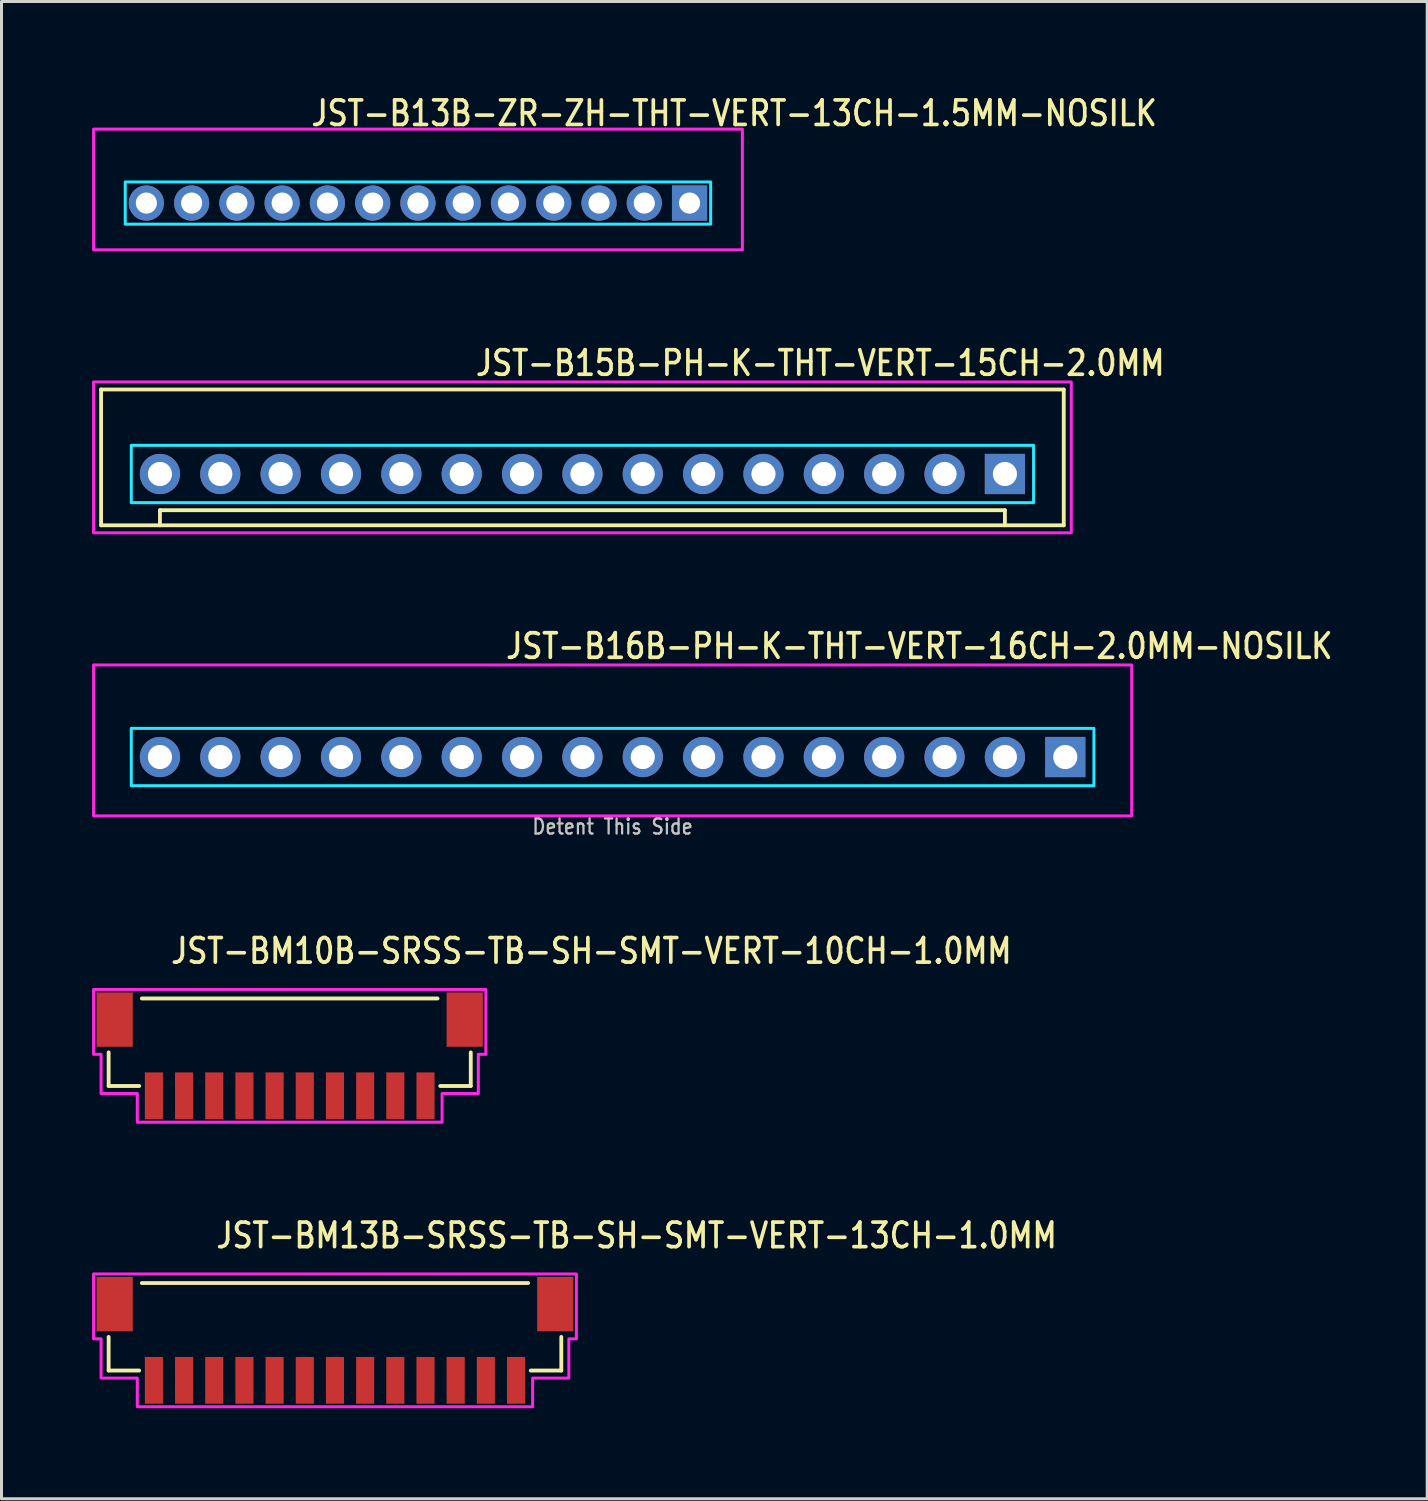
<source format=kicad_pcb>
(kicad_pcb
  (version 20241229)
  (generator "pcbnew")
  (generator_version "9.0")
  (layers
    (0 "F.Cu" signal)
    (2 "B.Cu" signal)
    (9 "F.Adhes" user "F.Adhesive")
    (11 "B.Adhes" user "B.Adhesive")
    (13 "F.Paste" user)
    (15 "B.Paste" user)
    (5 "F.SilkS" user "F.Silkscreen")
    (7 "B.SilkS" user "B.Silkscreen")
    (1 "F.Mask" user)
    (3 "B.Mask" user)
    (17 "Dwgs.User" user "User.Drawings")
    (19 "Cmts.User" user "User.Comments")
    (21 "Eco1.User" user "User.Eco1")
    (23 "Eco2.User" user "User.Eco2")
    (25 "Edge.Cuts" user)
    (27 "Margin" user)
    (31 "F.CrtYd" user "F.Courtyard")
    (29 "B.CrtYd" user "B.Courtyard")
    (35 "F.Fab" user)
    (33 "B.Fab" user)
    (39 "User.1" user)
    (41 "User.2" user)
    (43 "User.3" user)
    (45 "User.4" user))
  (footprint "JST-B13B-ZR-ZH-THT-VERT-13CH-1.5MM-NOSILK"
    (layer "F.Cu")
    (at 10.8 3.679)
    (property "Reference" "JST-B13B-ZR-ZH-THT-VERT-13CH-1.5MM-NOSILK" (at -3.6 -2.5 0) (unlocked yes) (layer "F.SilkS") (effects (font (size 0.813 0.695) (thickness 0.122)) (justify left bottom)))
    (fp_poly (pts (xy -9.7 -0.7) (xy -9.7 0.7) (xy 9.7 0.7) (xy 9.7 -0.7)) (stroke (width 0.1) (type solid)) (fill no) (layer "B.CrtYd"))
    (fp_poly (pts (xy -10.75 -2.45) (xy -10.75 1.55) (xy 10.75 1.55) (xy 10.75 -2.45)) (stroke (width 0.1) (type solid)) (fill no) (layer "F.CrtYd"))
    (pad "P$1" thru_hole rect (at 9 0) (size 1.167 1.167) (drill 0.7) (layers "*.Cu" "*.Mask"))
    (pad "P$2" thru_hole oval (at 7.5 0) (size 1.167 1.167) (drill 0.7) (layers "*.Cu" "*.Mask"))
    (pad "P$3" thru_hole oval (at 6 0) (size 1.167 1.167) (drill 0.7) (layers "*.Cu" "*.Mask"))
    (pad "P$4" thru_hole oval (at 4.5 0) (size 1.167 1.167) (drill 0.7) (layers "*.Cu" "*.Mask"))
    (pad "P$5" thru_hole oval (at 3 0) (size 1.167 1.167) (drill 0.7) (layers "*.Cu" "*.Mask"))
    (pad "P$6" thru_hole oval (at 1.5 0) (size 1.167 1.167) (drill 0.7) (layers "*.Cu" "*.Mask"))
    (pad "P$7" thru_hole oval (at 0 0) (size 1.167 1.167) (drill 0.7) (layers "*.Cu" "*.Mask"))
    (pad "P$8" thru_hole oval (at -1.5 0) (size 1.167 1.167) (drill 0.7) (layers "*.Cu" "*.Mask"))
    (pad "P$9" thru_hole oval (at -3 0) (size 1.167 1.167) (drill 0.7) (layers "*.Cu" "*.Mask"))
    (pad "P$10" thru_hole oval (at -4.5 0) (size 1.167 1.167) (drill 0.7) (layers "*.Cu" "*.Mask"))
    (pad "P$11" thru_hole oval (at -6 0) (size 1.167 1.167) (drill 0.7) (layers "*.Cu" "*.Mask"))
    (pad "P$12" thru_hole oval (at -7.5 0) (size 1.167 1.167) (drill 0.7) (layers "*.Cu" "*.Mask"))
    (pad "P$13" thru_hole oval (at -9 0) (size 1.167 1.167) (drill 0.7) (layers "*.Cu" "*.Mask")))
  (footprint "JST-BM10B-SRSS-TB-SH-SMT-VERT-10CH-1.0MM"
    (layer "F.Cu")
    (at 6.55 31.937)
    (property "Reference" "JST-BM10B-SRSS-TB-SH-SMT-VERT-10CH-1.0MM" (at -4 -3 0) (unlocked yes) (layer "F.SilkS") (effects (font (size 0.813 0.695) (thickness 0.122)) (justify left bottom)))
    (fp_line (start -6 -0.114) (end -6 1) (stroke (width 0.127) (type solid)) (layer "F.SilkS"))
    (fp_line (start -6 1) (end -4.987 1) (stroke (width 0.127) (type solid)) (layer "F.SilkS"))
    (fp_line (start -4.9 -1.9) (end 4.9 -1.9) (stroke (width 0.127) (type solid)) (layer "F.SilkS"))
    (fp_line (start 4.987 1) (end 6 1) (stroke (width 0.127) (type solid)) (layer "F.SilkS"))
    (fp_line (start 6 1) (end 6 -0.114) (stroke (width 0.127) (type solid)) (layer "F.SilkS"))
    (fp_poly (pts (xy -6.5 -2.2) (xy -6.5 -0.05) (xy -6.25 -0.05) (xy -6.25 1.25) (xy -5.05 1.25) (xy -5.05 2.2) (xy 5.05 2.2) (xy 5.05 1.25) (xy 6.25 1.25) (xy 6.25 -0.05) (xy 6.5 -0.05) (xy 6.5 -2.2)) (stroke (width 0.1) (type solid)) (fill no) (layer "F.CrtYd"))
    (pad "P$1" smd rect (at -4.5 1.325) (size 0.6 1.55) (layers "F.Cu" "F.Mask" "F.Paste"))
    (pad "P$2" smd rect (at -3.5 1.325) (size 0.6 1.55) (layers "F.Cu" "F.Mask" "F.Paste"))
    (pad "P$3" smd rect (at -2.5 1.325) (size 0.6 1.55) (layers "F.Cu" "F.Mask" "F.Paste"))
    (pad "P$4" smd rect (at -1.5 1.325) (size 0.6 1.55) (layers "F.Cu" "F.Mask" "F.Paste"))
    (pad "P$5" smd rect (at -0.5 1.325) (size 0.6 1.55) (layers "F.Cu" "F.Mask" "F.Paste"))
    (pad "P$6" smd rect (at 0.5 1.325) (size 0.6 1.55) (layers "F.Cu" "F.Mask" "F.Paste"))
    (pad "P$7" smd rect (at 1.5 1.325) (size 0.6 1.55) (layers "F.Cu" "F.Mask" "F.Paste"))
    (pad "P$8" smd rect (at 2.5 1.325) (size 0.6 1.55) (layers "F.Cu" "F.Mask" "F.Paste"))
    (pad "P$9" smd rect (at 3.5 1.325) (size 0.6 1.55) (layers "F.Cu" "F.Mask" "F.Paste"))
    (pad "P$10" smd rect (at 4.5 1.325) (size 0.6 1.55) (layers "F.Cu" "F.Mask" "F.Paste"))
    (pad "S$10" smd rect (at 5.8 -1.2) (size 1.2 1.8) (layers "F.Cu" "F.Mask" "F.Paste"))
    (pad "S$11" smd rect (at -5.8 -1.2) (size 1.2 1.8) (layers "F.Cu" "F.Mask" "F.Paste")))
  (footprint "JST-BM13B-SRSS-TB-SH-SMT-VERT-13CH-1.0MM"
    (layer "F.Cu")
    (at 8.05 41.366)
    (property "Reference" "JST-BM13B-SRSS-TB-SH-SMT-VERT-13CH-1.0MM" (at -4 -3 0) (unlocked yes) (layer "F.SilkS") (effects (font (size 0.813 0.695) (thickness 0.122)) (justify left bottom)))
    (fp_line (start -7.5 -0.114) (end -7.5 1) (stroke (width 0.127) (type solid)) (layer "F.SilkS"))
    (fp_line (start -7.5 1) (end -6.487 1) (stroke (width 0.127) (type solid)) (layer "F.SilkS"))
    (fp_line (start -6.4 -1.9) (end 6.4 -1.9) (stroke (width 0.127) (type solid)) (layer "F.SilkS"))
    (fp_line (start 6.487 1) (end 7.5 1) (stroke (width 0.127) (type solid)) (layer "F.SilkS"))
    (fp_line (start 7.5 1) (end 7.5 -0.114) (stroke (width 0.127) (type solid)) (layer "F.SilkS"))
    (fp_poly (pts (xy -8 -2.2) (xy -8 -0.05) (xy -7.75 -0.05) (xy -7.75 1.25) (xy -6.55 1.25) (xy -6.55 2.2) (xy 6.55 2.2) (xy 6.55 1.25) (xy 7.75 1.25) (xy 7.75 -0.05) (xy 8 -0.05) (xy 8 -2.2)) (stroke (width 0.1) (type solid)) (fill no) (layer "F.CrtYd"))
    (pad "P$1" smd rect (at -6 1.325) (size 0.6 1.55) (layers "F.Cu" "F.Mask" "F.Paste"))
    (pad "P$2" smd rect (at -5 1.325) (size 0.6 1.55) (layers "F.Cu" "F.Mask" "F.Paste"))
    (pad "P$3" smd rect (at -4 1.325) (size 0.6 1.55) (layers "F.Cu" "F.Mask" "F.Paste"))
    (pad "P$4" smd rect (at -3 1.325) (size 0.6 1.55) (layers "F.Cu" "F.Mask" "F.Paste"))
    (pad "P$5" smd rect (at -2 1.325) (size 0.6 1.55) (layers "F.Cu" "F.Mask" "F.Paste"))
    (pad "P$6" smd rect (at -1 1.325) (size 0.6 1.55) (layers "F.Cu" "F.Mask" "F.Paste"))
    (pad "P$7" smd rect (at 0 1.325) (size 0.6 1.55) (layers "F.Cu" "F.Mask" "F.Paste"))
    (pad "P$8" smd rect (at 1 1.325) (size 0.6 1.55) (layers "F.Cu" "F.Mask" "F.Paste"))
    (pad "P$9" smd rect (at 2 1.325) (size 0.6 1.55) (layers "F.Cu" "F.Mask" "F.Paste"))
    (pad "P$10" smd rect (at 3 1.325) (size 0.6 1.55) (layers "F.Cu" "F.Mask" "F.Paste"))
    (pad "P$11" smd rect (at 4 1.325) (size 0.6 1.55) (layers "F.Cu" "F.Mask" "F.Paste"))
    (pad "P$12" smd rect (at 5 1.325) (size 0.6 1.55) (layers "F.Cu" "F.Mask" "F.Paste"))
    (pad "P$13" smd rect (at 6 1.325) (size 0.6 1.55) (layers "F.Cu" "F.Mask" "F.Paste"))
    (pad "S$13" smd rect (at 7.3 -1.2) (size 1.2 1.8) (layers "F.Cu" "F.Mask" "F.Paste"))
    (pad "S$14" smd rect (at -7.3 -1.2) (size 1.2 1.8) (layers "F.Cu" "F.Mask" "F.Paste")))
  (footprint "JST-B16B-PH-K-THT-VERT-16CH-2.0MM-NOSILK"
    (layer "F.Cu")
    (at 17.25 22.036)
    (property "Reference" "JST-B16B-PH-K-THT-VERT-16CH-2.0MM-NOSILK" (at -3.6 -3.2 0) (unlocked yes) (layer "F.SilkS") (effects (font (size 0.813 0.695) (thickness 0.122)) (justify left bottom)))
    (fp_poly (pts (xy -15.95 -0.95) (xy -15.95 0.95) (xy 15.95 0.95) (xy 15.95 -0.95)) (stroke (width 0.1) (type solid)) (fill no) (layer "B.CrtYd"))
    (fp_poly (pts (xy -17.2 1.95) (xy -17.2 -3.05) (xy 17.2 -3.05) (xy 17.2 1.95)) (stroke (width 0.1) (type solid)) (fill no) (layer "F.CrtYd"))
    (fp_text user "Detent This Side" (at 0 2.6 0) (unlocked yes) (layer "Dwgs.User") (effects (font (size 0.5 0.427) (thickness 0.075)) (justify bottom)))
    (pad "P$1" thru_hole rect (at 15 0) (size 1.333 1.333) (drill 0.8) (layers "*.Cu" "*.Mask"))
    (pad "P$2" thru_hole oval (at 13 0) (size 1.333 1.333) (drill 0.8) (layers "*.Cu" "*.Mask"))
    (pad "P$3" thru_hole oval (at 11 0) (size 1.333 1.333) (drill 0.8) (layers "*.Cu" "*.Mask"))
    (pad "P$4" thru_hole oval (at 9 0) (size 1.333 1.333) (drill 0.8) (layers "*.Cu" "*.Mask"))
    (pad "P$5" thru_hole oval (at 7 0) (size 1.333 1.333) (drill 0.8) (layers "*.Cu" "*.Mask"))
    (pad "P$6" thru_hole oval (at 5 0) (size 1.333 1.333) (drill 0.8) (layers "*.Cu" "*.Mask"))
    (pad "P$7" thru_hole oval (at 3 0) (size 1.333 1.333) (drill 0.8) (layers "*.Cu" "*.Mask"))
    (pad "P$8" thru_hole oval (at 1 0) (size 1.333 1.333) (drill 0.8) (layers "*.Cu" "*.Mask"))
    (pad "P$9" thru_hole oval (at -1 0) (size 1.333 1.333) (drill 0.8) (layers "*.Cu" "*.Mask"))
    (pad "P$10" thru_hole oval (at -3 0) (size 1.333 1.333) (drill 0.8) (layers "*.Cu" "*.Mask"))
    (pad "P$11" thru_hole oval (at -5 0) (size 1.333 1.333) (drill 0.8) (layers "*.Cu" "*.Mask"))
    (pad "P$12" thru_hole oval (at -7 0) (size 1.333 1.333) (drill 0.8) (layers "*.Cu" "*.Mask"))
    (pad "P$13" thru_hole oval (at -9 0) (size 1.333 1.333) (drill 0.8) (layers "*.Cu" "*.Mask"))
    (pad "P$14" thru_hole oval (at -11 0) (size 1.333 1.333) (drill 0.8) (layers "*.Cu" "*.Mask"))
    (pad "P$15" thru_hole oval (at -13 0) (size 1.333 1.333) (drill 0.8) (layers "*.Cu" "*.Mask"))
    (pad "P$16" thru_hole oval (at -15 0) (size 1.333 1.333) (drill 0.8) (layers "*.Cu" "*.Mask")))
  (footprint "JST-B15B-PH-K-THT-VERT-15CH-2.0MM"
    (layer "F.Cu")
    (at 16.25 12.657)
    (property "Reference" "JST-B15B-PH-K-THT-VERT-15CH-2.0MM" (at -3.6 -3.2 0) (unlocked yes) (layer "F.SilkS") (effects (font (size 0.813 0.695) (thickness 0.122)) (justify left bottom)))
    (fp_line (start -15.95 -2.8) (end -15.95 1.7) (stroke (width 0.127) (type solid)) (layer "F.SilkS"))
    (fp_line (start -15.95 -2.8) (end 15.95 -2.8) (stroke (width 0.127) (type solid)) (layer "F.SilkS"))
    (fp_line (start -15.95 1.7) (end 15.95 1.7) (stroke (width 0.127) (type solid)) (layer "F.SilkS"))
    (fp_line (start -14 1.7) (end -14 1.2) (stroke (width 0.127) (type solid)) (layer "F.SilkS"))
    (fp_line (start 14 1.2) (end -14 1.2) (stroke (width 0.127) (type solid)) (layer "F.SilkS"))
    (fp_line (start 14 1.7) (end 14 1.2) (stroke (width 0.127) (type solid)) (layer "F.SilkS"))
    (fp_line (start 15.95 1.7) (end 15.95 -2.8) (stroke (width 0.127) (type solid)) (layer "F.SilkS"))
    (fp_poly (pts (xy -14.95 -0.95) (xy -14.95 0.95) (xy 14.95 0.95) (xy 14.95 -0.95)) (stroke (width 0.1) (type solid)) (fill no) (layer "B.CrtYd"))
    (fp_poly (pts (xy -16.2 1.95) (xy -16.2 -3.05) (xy 16.2 -3.05) (xy 16.2 1.95)) (stroke (width 0.1) (type solid)) (fill no) (layer "F.CrtYd"))
    (pad "P$1" thru_hole rect (at 14 0) (size 1.333 1.333) (drill 0.8) (layers "*.Cu" "*.Mask"))
    (pad "P$2" thru_hole oval (at 12 0) (size 1.333 1.333) (drill 0.8) (layers "*.Cu" "*.Mask"))
    (pad "P$3" thru_hole oval (at 10 0) (size 1.333 1.333) (drill 0.8) (layers "*.Cu" "*.Mask"))
    (pad "P$4" thru_hole oval (at 8 0) (size 1.333 1.333) (drill 0.8) (layers "*.Cu" "*.Mask"))
    (pad "P$5" thru_hole oval (at 6 0) (size 1.333 1.333) (drill 0.8) (layers "*.Cu" "*.Mask"))
    (pad "P$6" thru_hole oval (at 4 0) (size 1.333 1.333) (drill 0.8) (layers "*.Cu" "*.Mask"))
    (pad "P$7" thru_hole oval (at 2 0) (size 1.333 1.333) (drill 0.8) (layers "*.Cu" "*.Mask"))
    (pad "P$8" thru_hole oval (at 0 0) (size 1.333 1.333) (drill 0.8) (layers "*.Cu" "*.Mask"))
    (pad "P$9" thru_hole oval (at -2 0) (size 1.333 1.333) (drill 0.8) (layers "*.Cu" "*.Mask"))
    (pad "P$10" thru_hole oval (at -4 0) (size 1.333 1.333) (drill 0.8) (layers "*.Cu" "*.Mask"))
    (pad "P$11" thru_hole oval (at -6 0) (size 1.333 1.333) (drill 0.8) (layers "*.Cu" "*.Mask"))
    (pad "P$12" thru_hole oval (at -8 0) (size 1.333 1.333) (drill 0.8) (layers "*.Cu" "*.Mask"))
    (pad "P$13" thru_hole oval (at -10 0) (size 1.333 1.333) (drill 0.8) (layers "*.Cu" "*.Mask"))
    (pad "P$14" thru_hole oval (at -12 0) (size 1.333 1.333) (drill 0.8) (layers "*.Cu" "*.Mask"))
    (pad "P$15" thru_hole oval (at -14 0) (size 1.333 1.333) (drill 0.8) (layers "*.Cu" "*.Mask")))
  (gr_rect
    (start -3 -3)
    (end 44.244 46.616)
    (stroke (width 0.1) (type default))
    (fill no)
    (layer "Edge.Cuts")))
</source>
